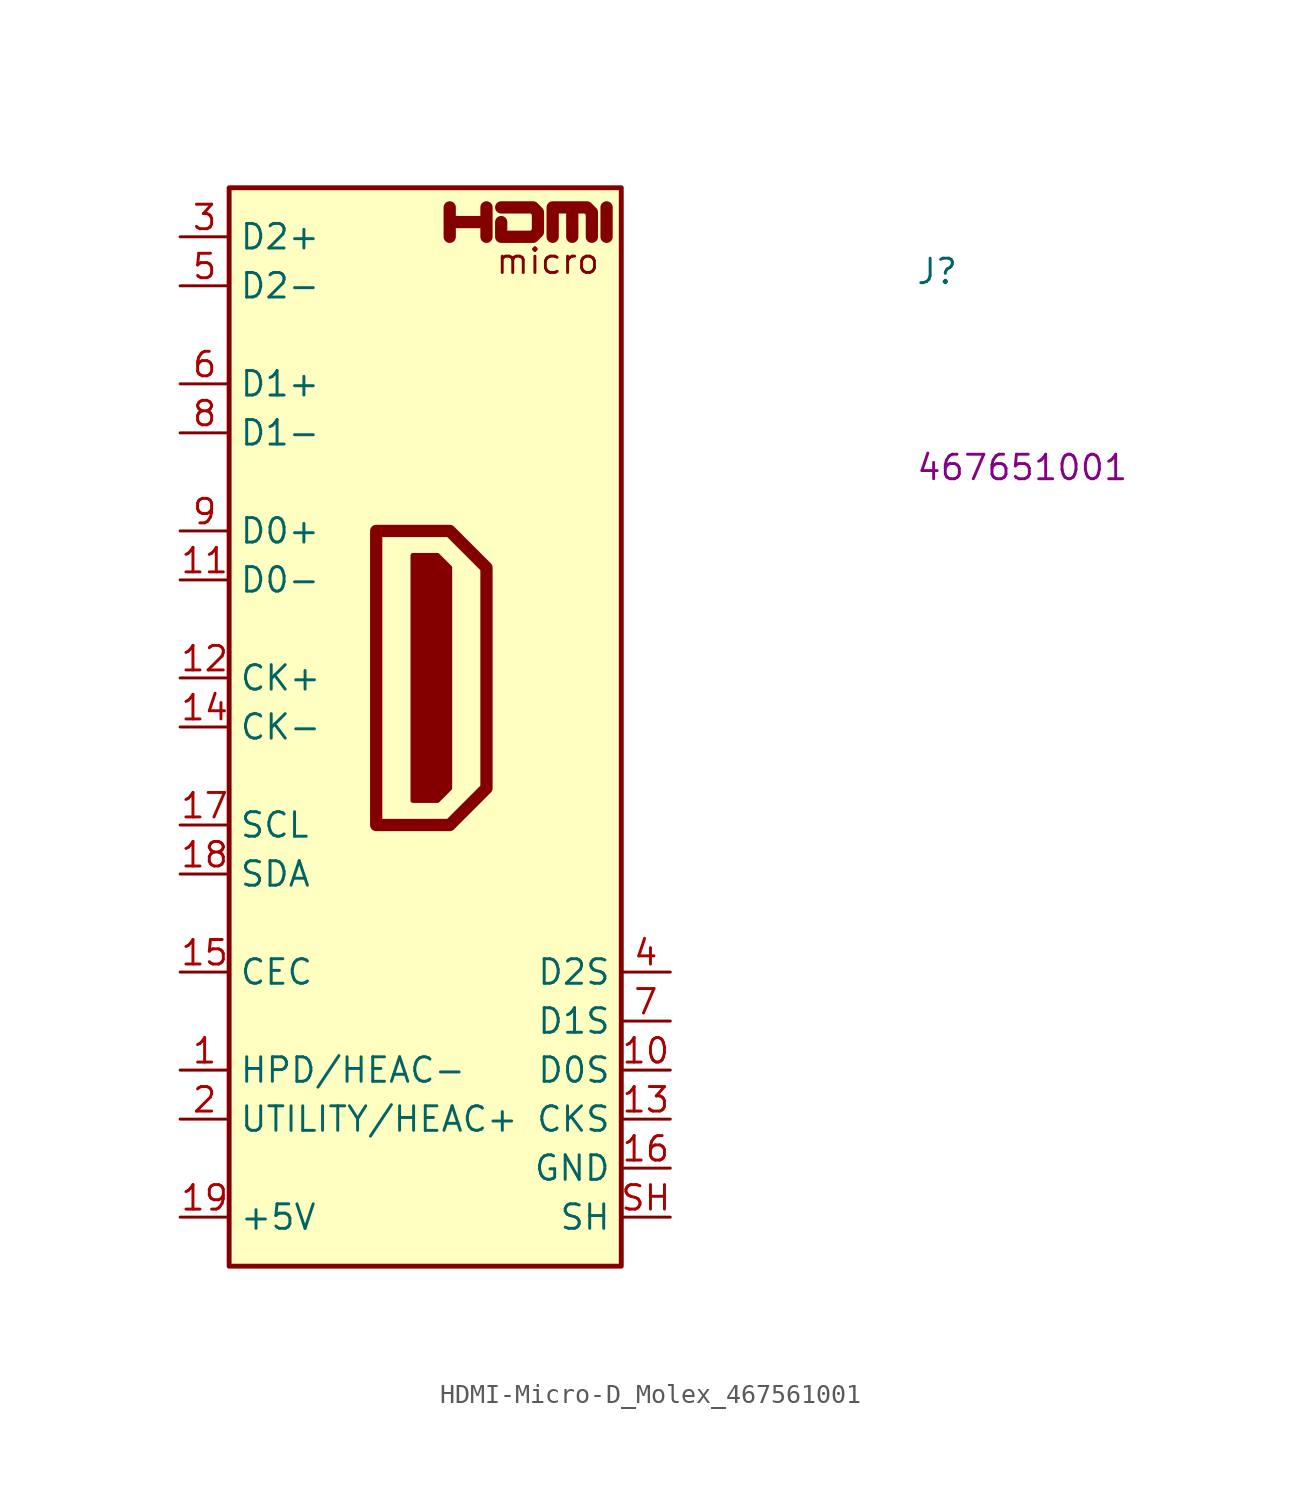
<source format=kicad_sym>
(kicad_symbol_lib
  (version 20220914)
  (generator kicad_symbol_editor)
  (symbol "HDMI-Micro-D_Molex_467561001"
    (property "Reference" "J"
      (at 38.1 -2.54 0)
      (effects (font (size 1.27 1.27) (thickness 0.15)) (justify left bottom)))
    (property "MPN" "467651001"
      (at 38.1 -12.7 0)
      (effects (font (size 1.27 1.27) (thickness 0.15)) (justify left bottom)))
    (symbol "HDMI-Micro-D_Molex_467561001_0_0"
      (polyline (pts (xy 22.098 0) (xy 22.098 1.524)) (stroke (width 0.635) (type default)) (fill (type none)))
      (polyline (pts (xy 13.97 0) (xy 13.97 1.524) (xy 13.97 0.762) (xy 15.875 0.762) (xy 15.875 1.524) (xy 15.875 0)) (stroke (width 0.635) (type default)) (fill (type none)))
      (polyline (pts (xy 16.637 1.524) (xy 18.288 1.524) (xy 18.542 1.27) (xy 18.542 0.254) (xy 18.288 0) (xy 16.637 0) (xy 16.637 0.762)) (stroke (width 0.635) (type default)) (fill (type none)))
      (text "micro" (at 19.05 -1.27 0) (effects (font (size 1.27 1.27)))))
    (symbol "HDMI-Micro-D_Molex_467561001_0_1"
      (polyline (pts (xy 10.16 -15.24) (xy 13.97 -15.24) (xy 15.875 -17.145) (xy 15.875 -28.575) (xy 13.97 -30.48) (xy 10.16 -30.48) (xy 10.16 -15.24)) (stroke (width 0.635) (type default)) (fill (type none)))
      (polyline (pts (xy 12.065 -16.51) (xy 13.335 -16.51) (xy 13.97 -17.145) (xy 13.97 -28.575) (xy 13.335 -29.21) (xy 12.065 -29.21) (xy 12.065 -16.51)) (stroke (width 0.254) (type default)) (fill (type outline)))
      (polyline (pts (xy 19.304 0) (xy 19.304 1.524) (xy 20.32 1.524) (xy 20.32 0) (xy 20.32 1.524) (xy 21.082 1.524) (xy 21.336 1.27) (xy 21.336 0)) (stroke (width 0.635) (type default)) (fill (type none))))
    (symbol "HDMI-Micro-D_Molex_467561001_1_1"
      (rectangle (start 2.54 2.54) (end 22.86 -53.34) (stroke (width 0.254) (type default)) (fill (type background)))
      (pin bidirectional line (at 0 -43.18 0) (length 2.54) (name "HPD/HEAC-" (effects (font (size 1.27 1.27)))) (number "1" (effects (font (size 1.27 1.27)))) (alternate "HEAC-" passive line) (alternate "HPD" passive line))
      (pin passive line (at 25.4 -43.18 180) (length 2.54) (name "D0S" (effects (font (size 1.27 1.27)))) (number "10" (effects (font (size 1.27 1.27)))))
      (pin bidirectional line (at 0 -17.78 0) (length 2.54) (name "D0-" (effects (font (size 1.27 1.27)))) (number "11" (effects (font (size 1.27 1.27)))))
      (pin bidirectional line (at 0 -22.86 0) (length 2.54) (name "CK+" (effects (font (size 1.27 1.27)))) (number "12" (effects (font (size 1.27 1.27)))))
      (pin passive line (at 25.4 -45.72 180) (length 2.54) (name "CKS" (effects (font (size 1.27 1.27)))) (number "13" (effects (font (size 1.27 1.27)))))
      (pin bidirectional line (at 0 -25.4 0) (length 2.54) (name "CK-" (effects (font (size 1.27 1.27)))) (number "14" (effects (font (size 1.27 1.27)))))
      (pin bidirectional line (at 0 -38.1 0) (length 2.54) (name "CEC" (effects (font (size 1.27 1.27)))) (number "15" (effects (font (size 1.27 1.27)))))
      (pin power_in line (at 25.4 -48.26 180) (length 2.54) (name "GND" (effects (font (size 1.27 1.27)))) (number "16" (effects (font (size 1.27 1.27)))))
      (pin bidirectional line (at 0 -30.48 0) (length 2.54) (name "SCL" (effects (font (size 1.27 1.27)))) (number "17" (effects (font (size 1.27 1.27)))))
      (pin bidirectional line (at 0 -33.02 0) (length 2.54) (name "SDA" (effects (font (size 1.27 1.27)))) (number "18" (effects (font (size 1.27 1.27)))))
      (pin power_in line (at 0 -50.8 0) (length 2.54) (name "+5V" (effects (font (size 1.27 1.27)))) (number "19" (effects (font (size 1.27 1.27)))))
      (pin bidirectional line (at 0 -45.72 0) (length 2.54) (name "UTILITY/HEAC+" (effects (font (size 1.27 1.27)))) (number "2" (effects (font (size 1.27 1.27)))) (alternate "HEAC+" passive line) (alternate "UTILITY" passive line))
      (pin bidirectional line (at 0 0 0) (length 2.54) (name "D2+" (effects (font (size 1.27 1.27)))) (number "3" (effects (font (size 1.27 1.27)))))
      (pin passive line (at 25.4 -38.1 180) (length 2.54) (name "D2S" (effects (font (size 1.27 1.27)))) (number "4" (effects (font (size 1.27 1.27)))))
      (pin bidirectional line (at 0 -2.54 0) (length 2.54) (name "D2-" (effects (font (size 1.27 1.27)))) (number "5" (effects (font (size 1.27 1.27)))))
      (pin bidirectional line (at 0 -7.62 0) (length 2.54) (name "D1+" (effects (font (size 1.27 1.27)))) (number "6" (effects (font (size 1.27 1.27)))))
      (pin passive line (at 25.4 -40.64 180) (length 2.54) (name "D1S" (effects (font (size 1.27 1.27)))) (number "7" (effects (font (size 1.27 1.27)))))
      (pin bidirectional line (at 0 -10.16 0) (length 2.54) (name "D1-" (effects (font (size 1.27 1.27)))) (number "8" (effects (font (size 1.27 1.27)))))
      (pin bidirectional line (at 0 -15.24 0) (length 2.54) (name "D0+" (effects (font (size 1.27 1.27)))) (number "9" (effects (font (size 1.27 1.27)))))
      (pin passive line (at 25.4 -50.8 180) (length 2.54) (name "SH" (effects (font (size 1.27 1.27)))) (number "SH" (effects (font (size 1.27 1.27))))))))
</source>
